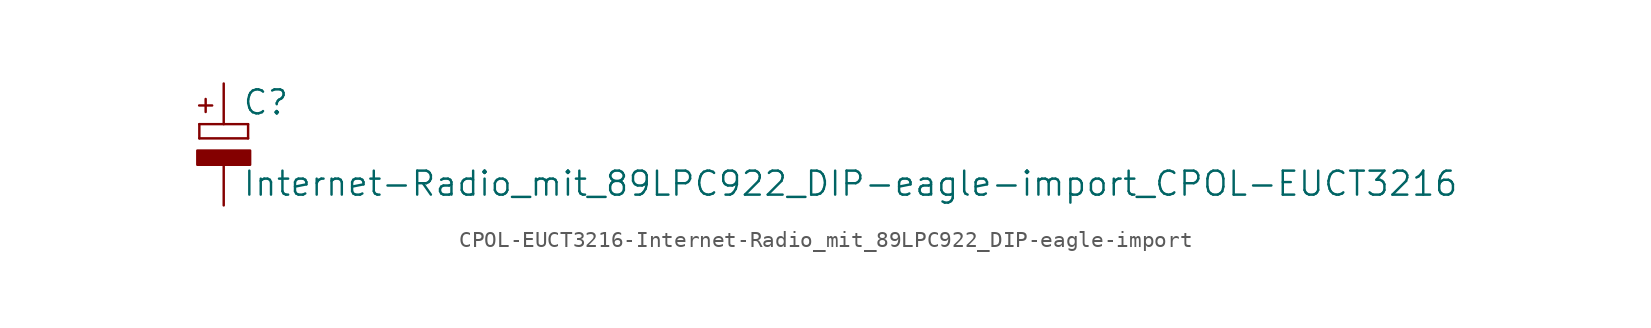
<source format=kicad_sym>
(kicad_symbol_lib
  (version 20220914)
  (generator kicad_symbol_editor)
  (symbol "CPOL-EUCT3216-Internet-Radio_mit_89LPC922_DIP-eagle-import"
    (pin_names
      (offset 1.016))
    (property "Reference" "C"
      (at 1.143 0.483 0)
      (effects (font (size 1.499 1.499)) (justify left bottom)))
    (property "Value" "Internet-Radio_mit_89LPC922_DIP-eagle-import_CPOL-EUCT3216"
      (at 1.143 -4.597 0)
      (effects (font (size 1.499 1.499)) (justify left bottom)))
    (property "ki_locked" ""
      (at 0 0 0)
      (effects (font (size 1.27 1.27))))
    (symbol "CPOL-EUCT3216-Internet-Radio_mit_89LPC922_DIP-eagle-import_1_0"
      (rectangle (start -1.651 -2.54) (end 1.651 -1.651) (stroke (width 0) (type solid)) (fill (type outline)))
      (polyline (pts (xy -1.524 -0.889) (xy 1.524 -0.889)) (stroke (width 0) (type solid)) (fill (type none)))
      (polyline (pts (xy -1.524 0) (xy -1.524 -0.889)) (stroke (width 0) (type solid)) (fill (type none)))
      (polyline (pts (xy -1.524 0) (xy 1.524 0)) (stroke (width 0) (type solid)) (fill (type none)))
      (polyline (pts (xy 1.524 -0.889) (xy 1.524 0)) (stroke (width 0) (type solid)) (fill (type none)))
      (text "+" (at -0.584 0.406 900) (effects (font (size 1.067 1.067)) (justify left bottom)))
      (pin passive line (at 0 2.54 270) (length 2.54) (name "+" (effects (font (size 0 0)))) (number "+" (effects (font (size 0 0)))))
      (pin passive line (at 0 -5.08 90) (length 2.54) (name "-" (effects (font (size 0 0)))) (number "-" (effects (font (size 0 0))))))))
</source>
